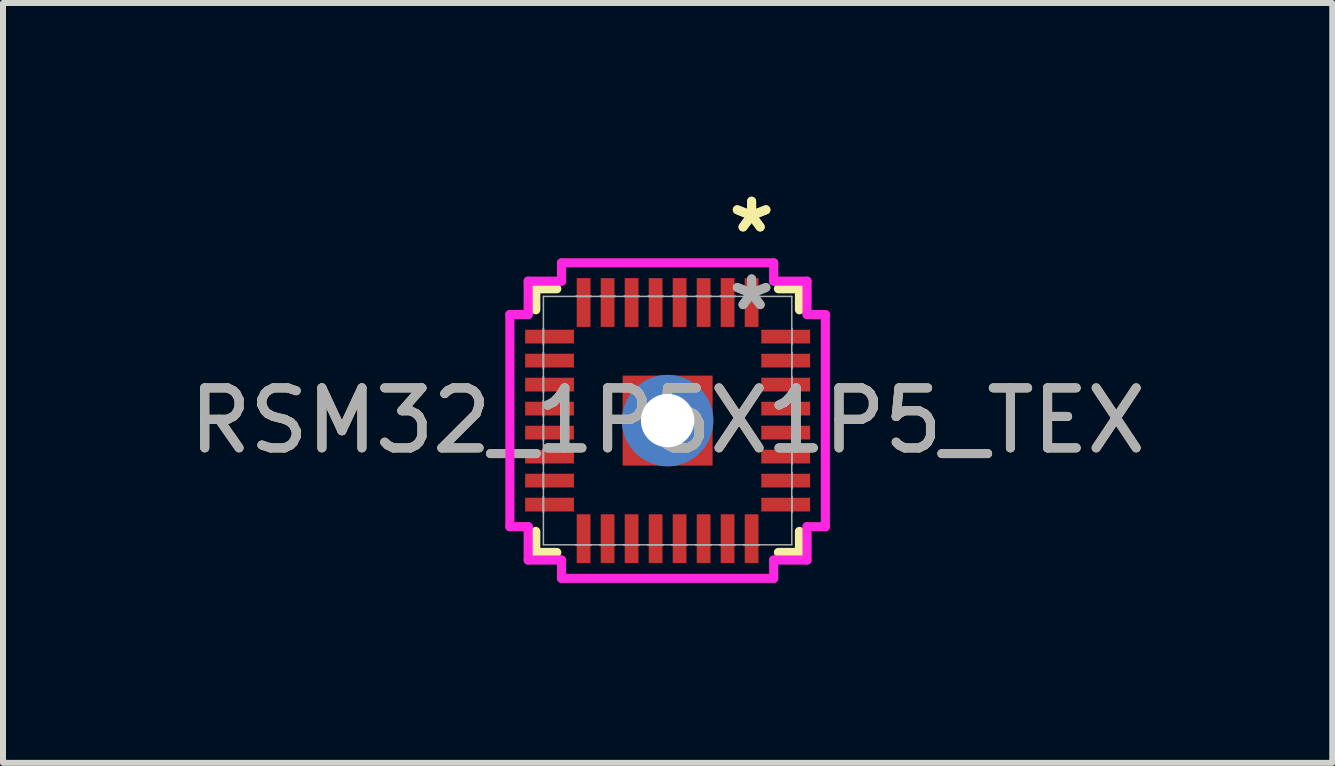
<source format=kicad_pcb>
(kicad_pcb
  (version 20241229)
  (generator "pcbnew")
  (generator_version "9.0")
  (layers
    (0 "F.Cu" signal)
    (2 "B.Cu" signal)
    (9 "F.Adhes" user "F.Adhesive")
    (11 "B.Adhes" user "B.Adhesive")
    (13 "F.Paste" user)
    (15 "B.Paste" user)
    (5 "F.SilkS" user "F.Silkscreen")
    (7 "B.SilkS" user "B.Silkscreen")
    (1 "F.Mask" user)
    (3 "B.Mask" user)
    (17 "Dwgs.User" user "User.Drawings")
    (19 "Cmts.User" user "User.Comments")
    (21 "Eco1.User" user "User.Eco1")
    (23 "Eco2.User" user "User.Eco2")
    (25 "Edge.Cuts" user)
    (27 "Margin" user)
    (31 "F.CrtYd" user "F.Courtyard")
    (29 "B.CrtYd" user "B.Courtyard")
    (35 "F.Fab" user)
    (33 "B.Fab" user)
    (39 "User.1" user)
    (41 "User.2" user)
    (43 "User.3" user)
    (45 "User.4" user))
  (footprint "RSM32_1P5X1P5_TEX"
    (layer "F.Cu")
    (at 8.077 3.96)
    (property "Reference" "RSM32_1P5X1P5_TEX" (at 0 0 0) (unlocked yes) (layer "F.SilkS") (effects (font (size 1 1) (thickness 0.15))))
    (attr smd)
    (fp_poly (pts (xy -0.814 -0.814) (xy -0.2 -0.814) (xy -0.2 0.814) (xy -0.814 0.814)) (stroke (width 0) (type solid)) (fill yes) (layer "F.Mask"))
    (fp_poly (pts (xy -0.814 -0.814) (xy 0.814 -0.814) (xy 0.814 -0.2) (xy -0.814 -0.2)) (stroke (width 0) (type solid)) (fill yes) (layer "F.Mask"))
    (fp_poly (pts (xy -0.814 0.2) (xy 0.814 0.2) (xy 0.814 0.814) (xy -0.814 0.814)) (stroke (width 0) (type solid)) (fill yes) (layer "F.Mask"))
    (fp_poly (pts (xy 0.2 -0.814) (xy 0.814 -0.814) (xy 0.814 0.814) (xy 0.2 0.814)) (stroke (width 0) (type solid)) (fill yes) (layer "F.Mask"))
    (fp_line (start -2.197 -2.197) (end -2.197 -1.847) (stroke (width 0.152) (type solid)) (layer "F.SilkS"))
    (fp_line (start -2.197 1.847) (end -2.197 2.197) (stroke (width 0.152) (type solid)) (layer "F.SilkS"))
    (fp_line (start -2.197 2.197) (end -1.847 2.197) (stroke (width 0.152) (type solid)) (layer "F.SilkS"))
    (fp_line (start -1.847 -2.197) (end -2.197 -2.197) (stroke (width 0.152) (type solid)) (layer "F.SilkS"))
    (fp_line (start 1.847 2.197) (end 2.197 2.197) (stroke (width 0.152) (type solid)) (layer "F.SilkS"))
    (fp_line (start 2.197 -2.197) (end 1.847 -2.197) (stroke (width 0.152) (type solid)) (layer "F.SilkS"))
    (fp_line (start 2.197 -1.847) (end 2.197 -2.197) (stroke (width 0.152) (type solid)) (layer "F.SilkS"))
    (fp_line (start 2.197 2.197) (end 2.197 1.847) (stroke (width 0.152) (type solid)) (layer "F.SilkS"))
    (fp_poly (pts (xy -0.675 -0.675) (xy -0.675 -0.1) (xy -0.241 -0.1) (xy -0.1 -0.241) (xy -0.1 -0.675)) (stroke (width 0) (type solid)) (fill yes) (layer "F.Paste"))
    (fp_poly (pts (xy -0.675 0.1) (xy -0.675 0.675) (xy -0.1 0.675) (xy -0.1 0.241) (xy -0.241 0.1)) (stroke (width 0) (type solid)) (fill yes) (layer "F.Paste"))
    (fp_poly (pts (xy 0.1 -0.675) (xy 0.1 -0.241) (xy 0.241 -0.1) (xy 0.675 -0.1) (xy 0.675 -0.675)) (stroke (width 0) (type solid)) (fill yes) (layer "F.Paste"))
    (fp_poly (pts (xy 0.241 0.1) (xy 0.1 0.241) (xy 0.1 0.675) (xy 0.675 0.675) (xy 0.675 0.1)) (stroke (width 0) (type solid)) (fill yes) (layer "F.Paste"))
    (fp_line (start -2.629 -1.768) (end -2.324 -1.768) (stroke (width 0.152) (type solid)) (layer "F.CrtYd"))
    (fp_line (start -2.629 1.768) (end -2.629 -1.768) (stroke (width 0.152) (type solid)) (layer "F.CrtYd"))
    (fp_line (start -2.324 -2.324) (end -1.768 -2.324) (stroke (width 0.152) (type solid)) (layer "F.CrtYd"))
    (fp_line (start -2.324 -1.768) (end -2.324 -2.324) (stroke (width 0.152) (type solid)) (layer "F.CrtYd"))
    (fp_line (start -2.324 1.768) (end -2.629 1.768) (stroke (width 0.152) (type solid)) (layer "F.CrtYd"))
    (fp_line (start -2.324 2.324) (end -2.324 1.768) (stroke (width 0.152) (type solid)) (layer "F.CrtYd"))
    (fp_line (start -1.768 -2.629) (end 1.768 -2.629) (stroke (width 0.152) (type solid)) (layer "F.CrtYd"))
    (fp_line (start -1.768 -2.324) (end -1.768 -2.629) (stroke (width 0.152) (type solid)) (layer "F.CrtYd"))
    (fp_line (start -1.768 2.324) (end -2.324 2.324) (stroke (width 0.152) (type solid)) (layer "F.CrtYd"))
    (fp_line (start -1.768 2.629) (end -1.768 2.324) (stroke (width 0.152) (type solid)) (layer "F.CrtYd"))
    (fp_line (start 1.768 -2.629) (end 1.768 -2.324) (stroke (width 0.152) (type solid)) (layer "F.CrtYd"))
    (fp_line (start 1.768 -2.324) (end 2.324 -2.324) (stroke (width 0.152) (type solid)) (layer "F.CrtYd"))
    (fp_line (start 1.768 2.324) (end 1.768 2.629) (stroke (width 0.152) (type solid)) (layer "F.CrtYd"))
    (fp_line (start 1.768 2.629) (end -1.768 2.629) (stroke (width 0.152) (type solid)) (layer "F.CrtYd"))
    (fp_line (start 2.324 -2.324) (end 2.324 -1.768) (stroke (width 0.152) (type solid)) (layer "F.CrtYd"))
    (fp_line (start 2.324 -1.768) (end 2.629 -1.768) (stroke (width 0.152) (type solid)) (layer "F.CrtYd"))
    (fp_line (start 2.324 1.768) (end 2.324 2.324) (stroke (width 0.152) (type solid)) (layer "F.CrtYd"))
    (fp_line (start 2.324 2.324) (end 1.768 2.324) (stroke (width 0.152) (type solid)) (layer "F.CrtYd"))
    (fp_line (start 2.629 -1.768) (end 2.629 1.768) (stroke (width 0.152) (type solid)) (layer "F.CrtYd"))
    (fp_line (start 2.629 1.768) (end 2.324 1.768) (stroke (width 0.152) (type solid)) (layer "F.CrtYd"))
    (fp_line (start -2.07 -2.07) (end -2.07 2.07) (stroke (width 0.025) (type solid)) (layer "F.Fab"))
    (fp_line (start -2.07 -1.527) (end -2.07 -1.527) (stroke (width 0.025) (type solid)) (layer "F.Fab"))
    (fp_line (start -2.07 -1.527) (end -2.07 -1.273) (stroke (width 0.025) (type solid)) (layer "F.Fab"))
    (fp_line (start -2.07 -1.273) (end -2.07 -1.527) (stroke (width 0.025) (type solid)) (layer "F.Fab"))
    (fp_line (start -2.07 -1.273) (end -2.07 -1.273) (stroke (width 0.025) (type solid)) (layer "F.Fab"))
    (fp_line (start -2.07 -1.127) (end -2.07 -1.127) (stroke (width 0.025) (type solid)) (layer "F.Fab"))
    (fp_line (start -2.07 -1.127) (end -2.07 -0.873) (stroke (width 0.025) (type solid)) (layer "F.Fab"))
    (fp_line (start -2.07 -0.873) (end -2.07 -1.127) (stroke (width 0.025) (type solid)) (layer "F.Fab"))
    (fp_line (start -2.07 -0.873) (end -2.07 -0.873) (stroke (width 0.025) (type solid)) (layer "F.Fab"))
    (fp_line (start -2.07 -0.727) (end -2.07 -0.727) (stroke (width 0.025) (type solid)) (layer "F.Fab"))
    (fp_line (start -2.07 -0.727) (end -2.07 -0.473) (stroke (width 0.025) (type solid)) (layer "F.Fab"))
    (fp_line (start -2.07 -0.473) (end -2.07 -0.727) (stroke (width 0.025) (type solid)) (layer "F.Fab"))
    (fp_line (start -2.07 -0.473) (end -2.07 -0.473) (stroke (width 0.025) (type solid)) (layer "F.Fab"))
    (fp_line (start -2.07 -0.327) (end -2.07 -0.327) (stroke (width 0.025) (type solid)) (layer "F.Fab"))
    (fp_line (start -2.07 -0.327) (end -2.07 -0.073) (stroke (width 0.025) (type solid)) (layer "F.Fab"))
    (fp_line (start -2.07 -0.073) (end -2.07 -0.327) (stroke (width 0.025) (type solid)) (layer "F.Fab"))
    (fp_line (start -2.07 -0.073) (end -2.07 -0.073) (stroke (width 0.025) (type solid)) (layer "F.Fab"))
    (fp_line (start -2.07 0.073) (end -2.07 0.073) (stroke (width 0.025) (type solid)) (layer "F.Fab"))
    (fp_line (start -2.07 0.073) (end -2.07 0.327) (stroke (width 0.025) (type solid)) (layer "F.Fab"))
    (fp_line (start -2.07 0.327) (end -2.07 0.073) (stroke (width 0.025) (type solid)) (layer "F.Fab"))
    (fp_line (start -2.07 0.327) (end -2.07 0.327) (stroke (width 0.025) (type solid)) (layer "F.Fab"))
    (fp_line (start -2.07 0.473) (end -2.07 0.473) (stroke (width 0.025) (type solid)) (layer "F.Fab"))
    (fp_line (start -2.07 0.473) (end -2.07 0.727) (stroke (width 0.025) (type solid)) (layer "F.Fab"))
    (fp_line (start -2.07 0.727) (end -2.07 0.473) (stroke (width 0.025) (type solid)) (layer "F.Fab"))
    (fp_line (start -2.07 0.727) (end -2.07 0.727) (stroke (width 0.025) (type solid)) (layer "F.Fab"))
    (fp_line (start -2.07 0.873) (end -2.07 0.873) (stroke (width 0.025) (type solid)) (layer "F.Fab"))
    (fp_line (start -2.07 0.873) (end -2.07 1.127) (stroke (width 0.025) (type solid)) (layer "F.Fab"))
    (fp_line (start -2.07 1.127) (end -2.07 0.873) (stroke (width 0.025) (type solid)) (layer "F.Fab"))
    (fp_line (start -2.07 1.127) (end -2.07 1.127) (stroke (width 0.025) (type solid)) (layer "F.Fab"))
    (fp_line (start -2.07 1.273) (end -2.07 1.273) (stroke (width 0.025) (type solid)) (layer "F.Fab"))
    (fp_line (start -2.07 1.273) (end -2.07 1.527) (stroke (width 0.025) (type solid)) (layer "F.Fab"))
    (fp_line (start -2.07 1.527) (end -2.07 1.273) (stroke (width 0.025) (type solid)) (layer "F.Fab"))
    (fp_line (start -2.07 1.527) (end -2.07 1.527) (stroke (width 0.025) (type solid)) (layer "F.Fab"))
    (fp_line (start -2.07 2.07) (end 2.07 2.07) (stroke (width 0.025) (type solid)) (layer "F.Fab"))
    (fp_line (start -1.527 -2.07) (end -1.527 -2.07) (stroke (width 0.025) (type solid)) (layer "F.Fab"))
    (fp_line (start -1.527 -2.07) (end -1.273 -2.07) (stroke (width 0.025) (type solid)) (layer "F.Fab"))
    (fp_line (start -1.527 2.07) (end -1.527 2.07) (stroke (width 0.025) (type solid)) (layer "F.Fab"))
    (fp_line (start -1.527 2.07) (end -1.273 2.07) (stroke (width 0.025) (type solid)) (layer "F.Fab"))
    (fp_line (start -1.273 -2.07) (end -1.527 -2.07) (stroke (width 0.025) (type solid)) (layer "F.Fab"))
    (fp_line (start -1.273 -2.07) (end -1.273 -2.07) (stroke (width 0.025) (type solid)) (layer "F.Fab"))
    (fp_line (start -1.273 2.07) (end -1.527 2.07) (stroke (width 0.025) (type solid)) (layer "F.Fab"))
    (fp_line (start -1.273 2.07) (end -1.273 2.07) (stroke (width 0.025) (type solid)) (layer "F.Fab"))
    (fp_line (start -1.127 -2.07) (end -1.127 -2.07) (stroke (width 0.025) (type solid)) (layer "F.Fab"))
    (fp_line (start -1.127 -2.07) (end -0.873 -2.07) (stroke (width 0.025) (type solid)) (layer "F.Fab"))
    (fp_line (start -1.127 2.07) (end -1.127 2.07) (stroke (width 0.025) (type solid)) (layer "F.Fab"))
    (fp_line (start -1.127 2.07) (end -0.873 2.07) (stroke (width 0.025) (type solid)) (layer "F.Fab"))
    (fp_line (start -0.873 -2.07) (end -1.127 -2.07) (stroke (width 0.025) (type solid)) (layer "F.Fab"))
    (fp_line (start -0.873 -2.07) (end -0.873 -2.07) (stroke (width 0.025) (type solid)) (layer "F.Fab"))
    (fp_line (start -0.873 2.07) (end -1.127 2.07) (stroke (width 0.025) (type solid)) (layer "F.Fab"))
    (fp_line (start -0.873 2.07) (end -0.873 2.07) (stroke (width 0.025) (type solid)) (layer "F.Fab"))
    (fp_line (start -0.727 -2.07) (end -0.727 -2.07) (stroke (width 0.025) (type solid)) (layer "F.Fab"))
    (fp_line (start -0.727 -2.07) (end -0.473 -2.07) (stroke (width 0.025) (type solid)) (layer "F.Fab"))
    (fp_line (start -0.727 2.07) (end -0.727 2.07) (stroke (width 0.025) (type solid)) (layer "F.Fab"))
    (fp_line (start -0.727 2.07) (end -0.473 2.07) (stroke (width 0.025) (type solid)) (layer "F.Fab"))
    (fp_line (start -0.473 -2.07) (end -0.727 -2.07) (stroke (width 0.025) (type solid)) (layer "F.Fab"))
    (fp_line (start -0.473 -2.07) (end -0.473 -2.07) (stroke (width 0.025) (type solid)) (layer "F.Fab"))
    (fp_line (start -0.473 2.07) (end -0.727 2.07) (stroke (width 0.025) (type solid)) (layer "F.Fab"))
    (fp_line (start -0.473 2.07) (end -0.473 2.07) (stroke (width 0.025) (type solid)) (layer "F.Fab"))
    (fp_line (start -0.327 -2.07) (end -0.327 -2.07) (stroke (width 0.025) (type solid)) (layer "F.Fab"))
    (fp_line (start -0.327 -2.07) (end -0.073 -2.07) (stroke (width 0.025) (type solid)) (layer "F.Fab"))
    (fp_line (start -0.327 2.07) (end -0.327 2.07) (stroke (width 0.025) (type solid)) (layer "F.Fab"))
    (fp_line (start -0.327 2.07) (end -0.073 2.07) (stroke (width 0.025) (type solid)) (layer "F.Fab"))
    (fp_line (start -0.073 -2.07) (end -0.327 -2.07) (stroke (width 0.025) (type solid)) (layer "F.Fab"))
    (fp_line (start -0.073 -2.07) (end -0.073 -2.07) (stroke (width 0.025) (type solid)) (layer "F.Fab"))
    (fp_line (start -0.073 2.07) (end -0.327 2.07) (stroke (width 0.025) (type solid)) (layer "F.Fab"))
    (fp_line (start -0.073 2.07) (end -0.073 2.07) (stroke (width 0.025) (type solid)) (layer "F.Fab"))
    (fp_line (start 0.073 -2.07) (end 0.073 -2.07) (stroke (width 0.025) (type solid)) (layer "F.Fab"))
    (fp_line (start 0.073 -2.07) (end 0.327 -2.07) (stroke (width 0.025) (type solid)) (layer "F.Fab"))
    (fp_line (start 0.073 2.07) (end 0.073 2.07) (stroke (width 0.025) (type solid)) (layer "F.Fab"))
    (fp_line (start 0.073 2.07) (end 0.327 2.07) (stroke (width 0.025) (type solid)) (layer "F.Fab"))
    (fp_line (start 0.327 -2.07) (end 0.073 -2.07) (stroke (width 0.025) (type solid)) (layer "F.Fab"))
    (fp_line (start 0.327 -2.07) (end 0.327 -2.07) (stroke (width 0.025) (type solid)) (layer "F.Fab"))
    (fp_line (start 0.327 2.07) (end 0.073 2.07) (stroke (width 0.025) (type solid)) (layer "F.Fab"))
    (fp_line (start 0.327 2.07) (end 0.327 2.07) (stroke (width 0.025) (type solid)) (layer "F.Fab"))
    (fp_line (start 0.473 -2.07) (end 0.473 -2.07) (stroke (width 0.025) (type solid)) (layer "F.Fab"))
    (fp_line (start 0.473 -2.07) (end 0.727 -2.07) (stroke (width 0.025) (type solid)) (layer "F.Fab"))
    (fp_line (start 0.473 2.07) (end 0.473 2.07) (stroke (width 0.025) (type solid)) (layer "F.Fab"))
    (fp_line (start 0.473 2.07) (end 0.727 2.07) (stroke (width 0.025) (type solid)) (layer "F.Fab"))
    (fp_line (start 0.727 -2.07) (end 0.473 -2.07) (stroke (width 0.025) (type solid)) (layer "F.Fab"))
    (fp_line (start 0.727 -2.07) (end 0.727 -2.07) (stroke (width 0.025) (type solid)) (layer "F.Fab"))
    (fp_line (start 0.727 2.07) (end 0.473 2.07) (stroke (width 0.025) (type solid)) (layer "F.Fab"))
    (fp_line (start 0.727 2.07) (end 0.727 2.07) (stroke (width 0.025) (type solid)) (layer "F.Fab"))
    (fp_line (start 0.873 -2.07) (end 0.873 -2.07) (stroke (width 0.025) (type solid)) (layer "F.Fab"))
    (fp_line (start 0.873 -2.07) (end 1.127 -2.07) (stroke (width 0.025) (type solid)) (layer "F.Fab"))
    (fp_line (start 0.873 2.07) (end 0.873 2.07) (stroke (width 0.025) (type solid)) (layer "F.Fab"))
    (fp_line (start 0.873 2.07) (end 1.127 2.07) (stroke (width 0.025) (type solid)) (layer "F.Fab"))
    (fp_line (start 1.127 -2.07) (end 0.873 -2.07) (stroke (width 0.025) (type solid)) (layer "F.Fab"))
    (fp_line (start 1.127 -2.07) (end 1.127 -2.07) (stroke (width 0.025) (type solid)) (layer "F.Fab"))
    (fp_line (start 1.127 2.07) (end 0.873 2.07) (stroke (width 0.025) (type solid)) (layer "F.Fab"))
    (fp_line (start 1.127 2.07) (end 1.127 2.07) (stroke (width 0.025) (type solid)) (layer "F.Fab"))
    (fp_line (start 1.273 -2.07) (end 1.273 -2.07) (stroke (width 0.025) (type solid)) (layer "F.Fab"))
    (fp_line (start 1.273 -2.07) (end 1.527 -2.07) (stroke (width 0.025) (type solid)) (layer "F.Fab"))
    (fp_line (start 1.273 2.07) (end 1.273 2.07) (stroke (width 0.025) (type solid)) (layer "F.Fab"))
    (fp_line (start 1.273 2.07) (end 1.527 2.07) (stroke (width 0.025) (type solid)) (layer "F.Fab"))
    (fp_line (start 1.527 -2.07) (end 1.273 -2.07) (stroke (width 0.025) (type solid)) (layer "F.Fab"))
    (fp_line (start 1.527 -2.07) (end 1.527 -2.07) (stroke (width 0.025) (type solid)) (layer "F.Fab"))
    (fp_line (start 1.527 2.07) (end 1.273 2.07) (stroke (width 0.025) (type solid)) (layer "F.Fab"))
    (fp_line (start 1.527 2.07) (end 1.527 2.07) (stroke (width 0.025) (type solid)) (layer "F.Fab"))
    (fp_line (start 2.07 -2.07) (end -2.07 -2.07) (stroke (width 0.025) (type solid)) (layer "F.Fab"))
    (fp_line (start 2.07 -1.527) (end 2.07 -1.527) (stroke (width 0.025) (type solid)) (layer "F.Fab"))
    (fp_line (start 2.07 -1.527) (end 2.07 -1.273) (stroke (width 0.025) (type solid)) (layer "F.Fab"))
    (fp_line (start 2.07 -1.273) (end 2.07 -1.527) (stroke (width 0.025) (type solid)) (layer "F.Fab"))
    (fp_line (start 2.07 -1.273) (end 2.07 -1.273) (stroke (width 0.025) (type solid)) (layer "F.Fab"))
    (fp_line (start 2.07 -1.127) (end 2.07 -1.127) (stroke (width 0.025) (type solid)) (layer "F.Fab"))
    (fp_line (start 2.07 -1.127) (end 2.07 -0.873) (stroke (width 0.025) (type solid)) (layer "F.Fab"))
    (fp_line (start 2.07 -0.873) (end 2.07 -1.127) (stroke (width 0.025) (type solid)) (layer "F.Fab"))
    (fp_line (start 2.07 -0.873) (end 2.07 -0.873) (stroke (width 0.025) (type solid)) (layer "F.Fab"))
    (fp_line (start 2.07 -0.727) (end 2.07 -0.727) (stroke (width 0.025) (type solid)) (layer "F.Fab"))
    (fp_line (start 2.07 -0.727) (end 2.07 -0.473) (stroke (width 0.025) (type solid)) (layer "F.Fab"))
    (fp_line (start 2.07 -0.473) (end 2.07 -0.727) (stroke (width 0.025) (type solid)) (layer "F.Fab"))
    (fp_line (start 2.07 -0.473) (end 2.07 -0.473) (stroke (width 0.025) (type solid)) (layer "F.Fab"))
    (fp_line (start 2.07 -0.327) (end 2.07 -0.327) (stroke (width 0.025) (type solid)) (layer "F.Fab"))
    (fp_line (start 2.07 -0.327) (end 2.07 -0.073) (stroke (width 0.025) (type solid)) (layer "F.Fab"))
    (fp_line (start 2.07 -0.073) (end 2.07 -0.327) (stroke (width 0.025) (type solid)) (layer "F.Fab"))
    (fp_line (start 2.07 -0.073) (end 2.07 -0.073) (stroke (width 0.025) (type solid)) (layer "F.Fab"))
    (fp_line (start 2.07 0.073) (end 2.07 0.073) (stroke (width 0.025) (type solid)) (layer "F.Fab"))
    (fp_line (start 2.07 0.073) (end 2.07 0.327) (stroke (width 0.025) (type solid)) (layer "F.Fab"))
    (fp_line (start 2.07 0.327) (end 2.07 0.073) (stroke (width 0.025) (type solid)) (layer "F.Fab"))
    (fp_line (start 2.07 0.327) (end 2.07 0.327) (stroke (width 0.025) (type solid)) (layer "F.Fab"))
    (fp_line (start 2.07 0.473) (end 2.07 0.473) (stroke (width 0.025) (type solid)) (layer "F.Fab"))
    (fp_line (start 2.07 0.473) (end 2.07 0.727) (stroke (width 0.025) (type solid)) (layer "F.Fab"))
    (fp_line (start 2.07 0.727) (end 2.07 0.473) (stroke (width 0.025) (type solid)) (layer "F.Fab"))
    (fp_line (start 2.07 0.727) (end 2.07 0.727) (stroke (width 0.025) (type solid)) (layer "F.Fab"))
    (fp_line (start 2.07 0.873) (end 2.07 0.873) (stroke (width 0.025) (type solid)) (layer "F.Fab"))
    (fp_line (start 2.07 0.873) (end 2.07 1.127) (stroke (width 0.025) (type solid)) (layer "F.Fab"))
    (fp_line (start 2.07 1.127) (end 2.07 0.873) (stroke (width 0.025) (type solid)) (layer "F.Fab"))
    (fp_line (start 2.07 1.127) (end 2.07 1.127) (stroke (width 0.025) (type solid)) (layer "F.Fab"))
    (fp_line (start 2.07 1.273) (end 2.07 1.273) (stroke (width 0.025) (type solid)) (layer "F.Fab"))
    (fp_line (start 2.07 1.273) (end 2.07 1.527) (stroke (width 0.025) (type solid)) (layer "F.Fab"))
    (fp_line (start 2.07 1.527) (end 2.07 1.273) (stroke (width 0.025) (type solid)) (layer "F.Fab"))
    (fp_line (start 2.07 1.527) (end 2.07 1.527) (stroke (width 0.025) (type solid)) (layer "F.Fab"))
    (fp_line (start 2.07 2.07) (end 2.07 -2.07) (stroke (width 0.025) (type solid)) (layer "F.Fab"))
    (fp_text user "*" (at 1.4 -3.111 0) (layer "F.SilkS") (effects (font (size 1 1) (thickness 0.15))))
    (fp_text user "*" (at 1.4 -3.111 0) (unlocked yes) (layer "F.SilkS") (effects (font (size 1 1) (thickness 0.15))))
    (fp_text user "*" (at 1.4 -1.816 0) (unlocked yes) (layer "F.Fab") (effects (font (size 1 1) (thickness 0.15))))
    (fp_text user "${REFERENCE}" (at 0 0 0) (unlocked yes) (layer "F.Fab") (effects (font (size 1 1) (thickness 0.15))))
    (fp_text user "*" (at 1.4 -1.816 0) (layer "F.Fab") (effects (font (size 1 1) (thickness 0.15))))
    (pad "1" smd rect (at 1.4 -1.968) (size 0.229 0.813) (layers "F.Cu" "F.Mask" "F.Paste"))
    (pad "2" smd rect (at 1 -1.968) (size 0.229 0.813) (layers "F.Cu" "F.Mask" "F.Paste"))
    (pad "3" smd rect (at 0.6 -1.968) (size 0.229 0.813) (layers "F.Cu" "F.Mask" "F.Paste"))
    (pad "4" smd rect (at 0.2 -1.968) (size 0.229 0.813) (layers "F.Cu" "F.Mask" "F.Paste"))
    (pad "5" smd rect (at -0.2 -1.968) (size 0.229 0.813) (layers "F.Cu" "F.Mask" "F.Paste"))
    (pad "6" smd rect (at -0.6 -1.968) (size 0.229 0.813) (layers "F.Cu" "F.Mask" "F.Paste"))
    (pad "7" smd rect (at -1 -1.968) (size 0.229 0.813) (layers "F.Cu" "F.Mask" "F.Paste"))
    (pad "8" smd rect (at -1.4 -1.968) (size 0.229 0.813) (layers "F.Cu" "F.Mask" "F.Paste"))
    (pad "9" smd rect (at -1.968 -1.4 90) (size 0.229 0.813) (layers "F.Cu" "F.Mask" "F.Paste"))
    (pad "10" smd rect (at -1.968 -1 90) (size 0.229 0.813) (layers "F.Cu" "F.Mask" "F.Paste"))
    (pad "11" smd rect (at -1.968 -0.6 90) (size 0.229 0.813) (layers "F.Cu" "F.Mask" "F.Paste"))
    (pad "12" smd rect (at -1.968 -0.2 90) (size 0.229 0.813) (layers "F.Cu" "F.Mask" "F.Paste"))
    (pad "13" smd rect (at -1.968 0.2 90) (size 0.229 0.813) (layers "F.Cu" "F.Mask" "F.Paste"))
    (pad "14" smd rect (at -1.968 0.6 90) (size 0.229 0.813) (layers "F.Cu" "F.Mask" "F.Paste"))
    (pad "15" smd rect (at -1.968 1 90) (size 0.229 0.813) (layers "F.Cu" "F.Mask" "F.Paste"))
    (pad "16" smd rect (at -1.968 1.4 90) (size 0.229 0.813) (layers "F.Cu" "F.Mask" "F.Paste"))
    (pad "17" smd rect (at -1.4 1.968) (size 0.229 0.813) (layers "F.Cu" "F.Mask" "F.Paste"))
    (pad "18" smd rect (at -1 1.968) (size 0.229 0.813) (layers "F.Cu" "F.Mask" "F.Paste"))
    (pad "19" smd rect (at -0.6 1.968) (size 0.229 0.813) (layers "F.Cu" "F.Mask" "F.Paste"))
    (pad "20" smd rect (at -0.2 1.968) (size 0.229 0.813) (layers "F.Cu" "F.Mask" "F.Paste"))
    (pad "21" smd rect (at 0.2 1.968) (size 0.229 0.813) (layers "F.Cu" "F.Mask" "F.Paste"))
    (pad "22" smd rect (at 0.6 1.968) (size 0.229 0.813) (layers "F.Cu" "F.Mask" "F.Paste"))
    (pad "23" smd rect (at 1 1.968) (size 0.229 0.813) (layers "F.Cu" "F.Mask" "F.Paste"))
    (pad "24" smd rect (at 1.4 1.968) (size 0.229 0.813) (layers "F.Cu" "F.Mask" "F.Paste"))
    (pad "25" smd rect (at 1.968 1.4 90) (size 0.229 0.813) (layers "F.Cu" "F.Mask" "F.Paste"))
    (pad "26" smd rect (at 1.968 1 90) (size 0.229 0.813) (layers "F.Cu" "F.Mask" "F.Paste"))
    (pad "27" smd rect (at 1.968 0.6 90) (size 0.229 0.813) (layers "F.Cu" "F.Mask" "F.Paste"))
    (pad "28" smd rect (at 1.968 0.2 90) (size 0.229 0.813) (layers "F.Cu" "F.Mask" "F.Paste"))
    (pad "29" smd rect (at 1.968 -0.2 90) (size 0.229 0.813) (layers "F.Cu" "F.Mask" "F.Paste"))
    (pad "30" smd rect (at 1.968 -0.6 90) (size 0.229 0.813) (layers "F.Cu" "F.Mask" "F.Paste"))
    (pad "31" smd rect (at 1.968 -1 90) (size 0.229 0.813) (layers "F.Cu" "F.Mask" "F.Paste"))
    (pad "32" smd rect (at 1.968 -1.4 90) (size 0.229 0.813) (layers "F.Cu" "F.Mask" "F.Paste"))
    (pad "HTAB" smd rect (at 0 0) (size 1.5 1.5) (layers "F.Cu"))
    (pad "V" thru_hole circle (at 0 0) (size 1.524 1.524) (drill 0.889) (layers "*.Cu" "*.Mask")))
  (gr_rect
    (start -3 -3)
    (end 19.155 9.665)
    (stroke (width 0.1) (type default))
    (fill no)
    (layer "Edge.Cuts")))
</source>
